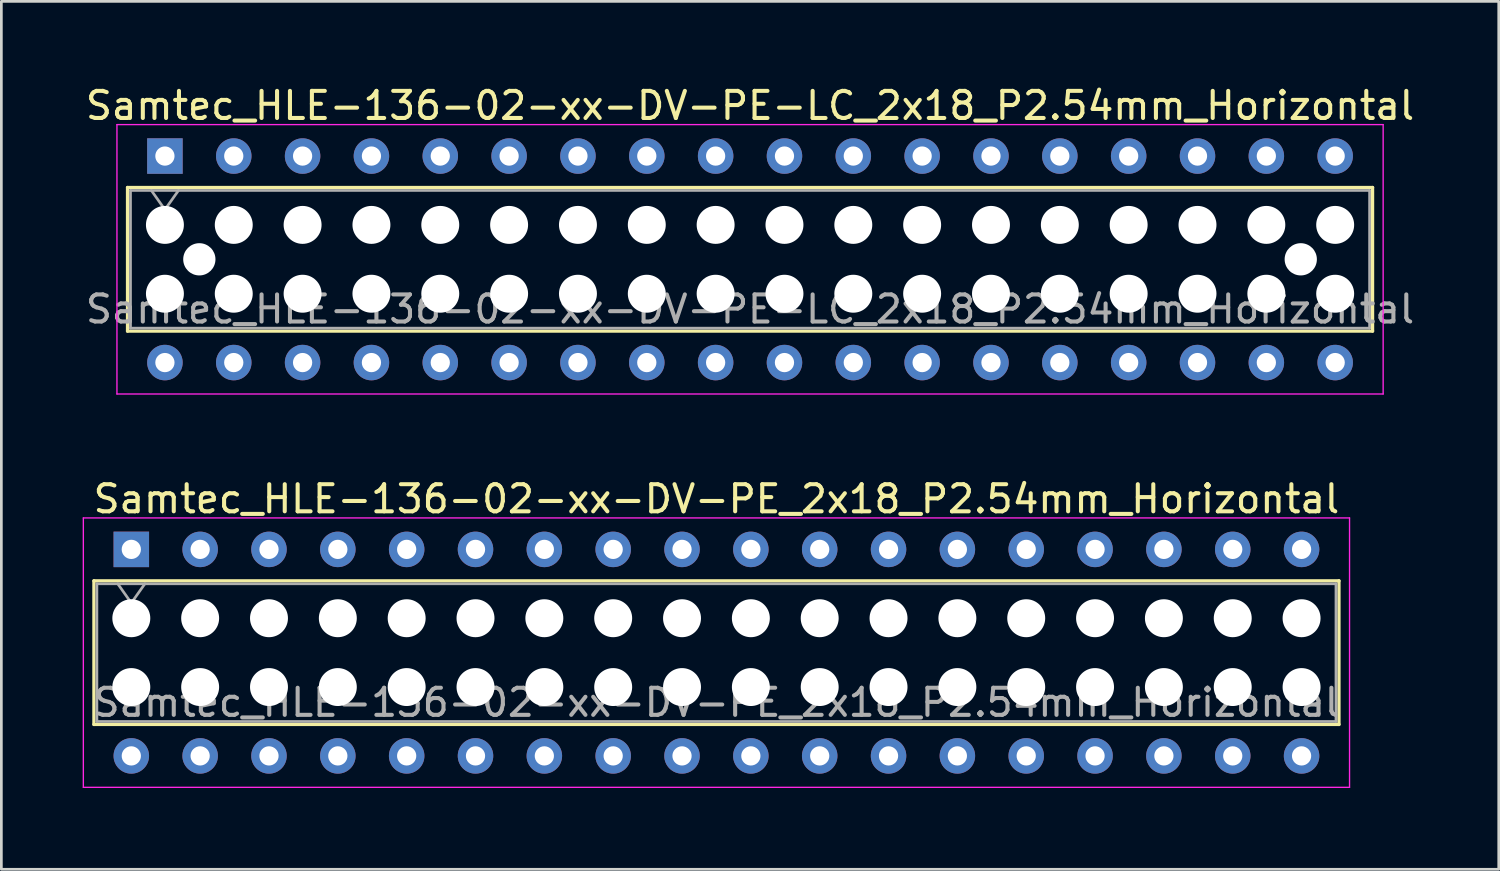
<source format=kicad_pcb>
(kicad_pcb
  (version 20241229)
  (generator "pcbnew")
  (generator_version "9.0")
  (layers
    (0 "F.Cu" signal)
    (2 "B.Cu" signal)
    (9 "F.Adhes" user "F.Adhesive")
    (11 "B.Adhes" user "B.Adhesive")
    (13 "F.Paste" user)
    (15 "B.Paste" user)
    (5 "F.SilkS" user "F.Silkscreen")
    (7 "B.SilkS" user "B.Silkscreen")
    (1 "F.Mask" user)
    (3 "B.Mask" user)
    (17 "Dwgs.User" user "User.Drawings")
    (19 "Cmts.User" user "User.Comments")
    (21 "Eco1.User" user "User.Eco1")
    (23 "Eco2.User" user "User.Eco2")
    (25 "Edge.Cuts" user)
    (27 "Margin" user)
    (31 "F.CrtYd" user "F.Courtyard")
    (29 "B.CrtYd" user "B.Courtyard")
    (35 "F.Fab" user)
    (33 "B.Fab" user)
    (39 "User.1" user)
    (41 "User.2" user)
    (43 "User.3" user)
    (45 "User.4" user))
  (footprint "Samtec_HLE-136-02-xx-DV-PE-LC_2x18_P2.54mm_Horizontal"
    (layer "F.Cu")
    (at 3.035 2.708)
    (property "Reference" "Samtec_HLE-136-02-xx-DV-PE-LC_2x18_P2.54mm_Horizontal" (at 21.59 -1.86 0) (layer "F.SilkS") (effects (font (size 1 1) (thickness 0.15))))
    (attr through_hole)
    (fp_line (start -1.38 1.16) (end 44.56 1.16) (stroke (width 0.12) (type solid)) (layer "F.SilkS"))
    (fp_line (start -1.38 6.46) (end -1.38 1.16) (stroke (width 0.12) (type solid)) (layer "F.SilkS"))
    (fp_line (start 44.56 1.16) (end 44.56 6.46) (stroke (width 0.12) (type solid)) (layer "F.SilkS"))
    (fp_line (start 44.56 6.46) (end -1.38 6.46) (stroke (width 0.12) (type solid)) (layer "F.SilkS"))
    (fp_line (start -1.77 -1.16) (end 44.95 -1.16) (stroke (width 0.05) (type solid)) (layer "F.CrtYd"))
    (fp_line (start -1.77 8.78) (end -1.77 -1.16) (stroke (width 0.05) (type solid)) (layer "F.CrtYd"))
    (fp_line (start 44.95 -1.16) (end 44.95 8.78) (stroke (width 0.05) (type solid)) (layer "F.CrtYd"))
    (fp_line (start 44.95 8.78) (end -1.77 8.78) (stroke (width 0.05) (type solid)) (layer "F.CrtYd"))
    (fp_line (start -1.27 1.27) (end 44.45 1.27) (stroke (width 0.1) (type solid)) (layer "F.Fab"))
    (fp_line (start -1.27 6.35) (end -1.27 1.27) (stroke (width 0.1) (type solid)) (layer "F.Fab"))
    (fp_line (start -0.5 1.27) (end 0 1.977) (stroke (width 0.1) (type solid)) (layer "F.Fab"))
    (fp_line (start 0 1.977) (end 0.5 1.27) (stroke (width 0.1) (type solid)) (layer "F.Fab"))
    (fp_line (start 44.45 1.27) (end 44.45 6.35) (stroke (width 0.1) (type solid)) (layer "F.Fab"))
    (fp_line (start 44.45 6.35) (end -1.27 6.35) (stroke (width 0.1) (type solid)) (layer "F.Fab"))
    (fp_text user "${REFERENCE}" (at 21.59 5.65 0) (layer "F.Fab") (effects (font (size 1 1) (thickness 0.15))))
    (pad "" np_thru_hole circle (at 0 2.54) (size 1.4 1.4) (drill 1.4) (layers "*.Cu" "*.Mask"))
    (pad "" np_thru_hole circle (at 0 5.08) (size 1.4 1.4) (drill 1.4) (layers "*.Cu" "*.Mask"))
    (pad "" np_thru_hole circle (at 1.27 3.81) (size 1.19 1.19) (drill 1.19) (layers "*.Cu" "*.Mask"))
    (pad "" np_thru_hole circle (at 2.54 2.54) (size 1.4 1.4) (drill 1.4) (layers "*.Cu" "*.Mask"))
    (pad "" np_thru_hole circle (at 2.54 5.08) (size 1.4 1.4) (drill 1.4) (layers "*.Cu" "*.Mask"))
    (pad "" np_thru_hole circle (at 5.08 2.54) (size 1.4 1.4) (drill 1.4) (layers "*.Cu" "*.Mask"))
    (pad "" np_thru_hole circle (at 5.08 5.08) (size 1.4 1.4) (drill 1.4) (layers "*.Cu" "*.Mask"))
    (pad "" np_thru_hole circle (at 7.62 2.54) (size 1.4 1.4) (drill 1.4) (layers "*.Cu" "*.Mask"))
    (pad "" np_thru_hole circle (at 7.62 5.08) (size 1.4 1.4) (drill 1.4) (layers "*.Cu" "*.Mask"))
    (pad "" np_thru_hole circle (at 10.16 2.54) (size 1.4 1.4) (drill 1.4) (layers "*.Cu" "*.Mask"))
    (pad "" np_thru_hole circle (at 10.16 5.08) (size 1.4 1.4) (drill 1.4) (layers "*.Cu" "*.Mask"))
    (pad "" np_thru_hole circle (at 12.7 2.54) (size 1.4 1.4) (drill 1.4) (layers "*.Cu" "*.Mask"))
    (pad "" np_thru_hole circle (at 12.7 5.08) (size 1.4 1.4) (drill 1.4) (layers "*.Cu" "*.Mask"))
    (pad "" np_thru_hole circle (at 15.24 2.54) (size 1.4 1.4) (drill 1.4) (layers "*.Cu" "*.Mask"))
    (pad "" np_thru_hole circle (at 15.24 5.08) (size 1.4 1.4) (drill 1.4) (layers "*.Cu" "*.Mask"))
    (pad "" np_thru_hole circle (at 17.78 2.54) (size 1.4 1.4) (drill 1.4) (layers "*.Cu" "*.Mask"))
    (pad "" np_thru_hole circle (at 17.78 5.08) (size 1.4 1.4) (drill 1.4) (layers "*.Cu" "*.Mask"))
    (pad "" np_thru_hole circle (at 20.32 2.54) (size 1.4 1.4) (drill 1.4) (layers "*.Cu" "*.Mask"))
    (pad "" np_thru_hole circle (at 20.32 5.08) (size 1.4 1.4) (drill 1.4) (layers "*.Cu" "*.Mask"))
    (pad "" np_thru_hole circle (at 22.86 2.54) (size 1.4 1.4) (drill 1.4) (layers "*.Cu" "*.Mask"))
    (pad "" np_thru_hole circle (at 22.86 5.08) (size 1.4 1.4) (drill 1.4) (layers "*.Cu" "*.Mask"))
    (pad "" np_thru_hole circle (at 25.4 2.54) (size 1.4 1.4) (drill 1.4) (layers "*.Cu" "*.Mask"))
    (pad "" np_thru_hole circle (at 25.4 5.08) (size 1.4 1.4) (drill 1.4) (layers "*.Cu" "*.Mask"))
    (pad "" np_thru_hole circle (at 27.94 2.54) (size 1.4 1.4) (drill 1.4) (layers "*.Cu" "*.Mask"))
    (pad "" np_thru_hole circle (at 27.94 5.08) (size 1.4 1.4) (drill 1.4) (layers "*.Cu" "*.Mask"))
    (pad "" np_thru_hole circle (at 30.48 2.54) (size 1.4 1.4) (drill 1.4) (layers "*.Cu" "*.Mask"))
    (pad "" np_thru_hole circle (at 30.48 5.08) (size 1.4 1.4) (drill 1.4) (layers "*.Cu" "*.Mask"))
    (pad "" np_thru_hole circle (at 33.02 2.54) (size 1.4 1.4) (drill 1.4) (layers "*.Cu" "*.Mask"))
    (pad "" np_thru_hole circle (at 33.02 5.08) (size 1.4 1.4) (drill 1.4) (layers "*.Cu" "*.Mask"))
    (pad "" np_thru_hole circle (at 35.56 2.54) (size 1.4 1.4) (drill 1.4) (layers "*.Cu" "*.Mask"))
    (pad "" np_thru_hole circle (at 35.56 5.08) (size 1.4 1.4) (drill 1.4) (layers "*.Cu" "*.Mask"))
    (pad "" np_thru_hole circle (at 38.1 2.54) (size 1.4 1.4) (drill 1.4) (layers "*.Cu" "*.Mask"))
    (pad "" np_thru_hole circle (at 38.1 5.08) (size 1.4 1.4) (drill 1.4) (layers "*.Cu" "*.Mask"))
    (pad "" np_thru_hole circle (at 40.64 2.54) (size 1.4 1.4) (drill 1.4) (layers "*.Cu" "*.Mask"))
    (pad "" np_thru_hole circle (at 40.64 5.08) (size 1.4 1.4) (drill 1.4) (layers "*.Cu" "*.Mask"))
    (pad "" np_thru_hole circle (at 41.91 3.81) (size 1.19 1.19) (drill 1.19) (layers "*.Cu" "*.Mask"))
    (pad "" np_thru_hole circle (at 43.18 2.54) (size 1.4 1.4) (drill 1.4) (layers "*.Cu" "*.Mask"))
    (pad "" np_thru_hole circle (at 43.18 5.08) (size 1.4 1.4) (drill 1.4) (layers "*.Cu" "*.Mask"))
    (pad "1" thru_hole rect (at 0 0) (size 1.31 1.31) (drill 0.71) (layers "*.Cu" "*.Mask"))
    (pad "2" thru_hole circle (at 0 7.62) (size 1.31 1.31) (drill 0.71) (layers "*.Cu" "*.Mask"))
    (pad "3" thru_hole circle (at 2.54 0) (size 1.31 1.31) (drill 0.71) (layers "*.Cu" "*.Mask"))
    (pad "4" thru_hole circle (at 2.54 7.62) (size 1.31 1.31) (drill 0.71) (layers "*.Cu" "*.Mask"))
    (pad "5" thru_hole circle (at 5.08 0) (size 1.31 1.31) (drill 0.71) (layers "*.Cu" "*.Mask"))
    (pad "6" thru_hole circle (at 5.08 7.62) (size 1.31 1.31) (drill 0.71) (layers "*.Cu" "*.Mask"))
    (pad "7" thru_hole circle (at 7.62 0) (size 1.31 1.31) (drill 0.71) (layers "*.Cu" "*.Mask"))
    (pad "8" thru_hole circle (at 7.62 7.62) (size 1.31 1.31) (drill 0.71) (layers "*.Cu" "*.Mask"))
    (pad "9" thru_hole circle (at 10.16 0) (size 1.31 1.31) (drill 0.71) (layers "*.Cu" "*.Mask"))
    (pad "10" thru_hole circle (at 10.16 7.62) (size 1.31 1.31) (drill 0.71) (layers "*.Cu" "*.Mask"))
    (pad "11" thru_hole circle (at 12.7 0) (size 1.31 1.31) (drill 0.71) (layers "*.Cu" "*.Mask"))
    (pad "12" thru_hole circle (at 12.7 7.62) (size 1.31 1.31) (drill 0.71) (layers "*.Cu" "*.Mask"))
    (pad "13" thru_hole circle (at 15.24 0) (size 1.31 1.31) (drill 0.71) (layers "*.Cu" "*.Mask"))
    (pad "14" thru_hole circle (at 15.24 7.62) (size 1.31 1.31) (drill 0.71) (layers "*.Cu" "*.Mask"))
    (pad "15" thru_hole circle (at 17.78 0) (size 1.31 1.31) (drill 0.71) (layers "*.Cu" "*.Mask"))
    (pad "16" thru_hole circle (at 17.78 7.62) (size 1.31 1.31) (drill 0.71) (layers "*.Cu" "*.Mask"))
    (pad "17" thru_hole circle (at 20.32 0) (size 1.31 1.31) (drill 0.71) (layers "*.Cu" "*.Mask"))
    (pad "18" thru_hole circle (at 20.32 7.62) (size 1.31 1.31) (drill 0.71) (layers "*.Cu" "*.Mask"))
    (pad "19" thru_hole circle (at 22.86 0) (size 1.31 1.31) (drill 0.71) (layers "*.Cu" "*.Mask"))
    (pad "20" thru_hole circle (at 22.86 7.62) (size 1.31 1.31) (drill 0.71) (layers "*.Cu" "*.Mask"))
    (pad "21" thru_hole circle (at 25.4 0) (size 1.31 1.31) (drill 0.71) (layers "*.Cu" "*.Mask"))
    (pad "22" thru_hole circle (at 25.4 7.62) (size 1.31 1.31) (drill 0.71) (layers "*.Cu" "*.Mask"))
    (pad "23" thru_hole circle (at 27.94 0) (size 1.31 1.31) (drill 0.71) (layers "*.Cu" "*.Mask"))
    (pad "24" thru_hole circle (at 27.94 7.62) (size 1.31 1.31) (drill 0.71) (layers "*.Cu" "*.Mask"))
    (pad "25" thru_hole circle (at 30.48 0) (size 1.31 1.31) (drill 0.71) (layers "*.Cu" "*.Mask"))
    (pad "26" thru_hole circle (at 30.48 7.62) (size 1.31 1.31) (drill 0.71) (layers "*.Cu" "*.Mask"))
    (pad "27" thru_hole circle (at 33.02 0) (size 1.31 1.31) (drill 0.71) (layers "*.Cu" "*.Mask"))
    (pad "28" thru_hole circle (at 33.02 7.62) (size 1.31 1.31) (drill 0.71) (layers "*.Cu" "*.Mask"))
    (pad "29" thru_hole circle (at 35.56 0) (size 1.31 1.31) (drill 0.71) (layers "*.Cu" "*.Mask"))
    (pad "30" thru_hole circle (at 35.56 7.62) (size 1.31 1.31) (drill 0.71) (layers "*.Cu" "*.Mask"))
    (pad "31" thru_hole circle (at 38.1 0) (size 1.31 1.31) (drill 0.71) (layers "*.Cu" "*.Mask"))
    (pad "32" thru_hole circle (at 38.1 7.62) (size 1.31 1.31) (drill 0.71) (layers "*.Cu" "*.Mask"))
    (pad "33" thru_hole circle (at 40.64 0) (size 1.31 1.31) (drill 0.71) (layers "*.Cu" "*.Mask"))
    (pad "34" thru_hole circle (at 40.64 7.62) (size 1.31 1.31) (drill 0.71) (layers "*.Cu" "*.Mask"))
    (pad "35" thru_hole circle (at 43.18 0) (size 1.31 1.31) (drill 0.71) (layers "*.Cu" "*.Mask"))
    (pad "36" thru_hole circle (at 43.18 7.62) (size 1.31 1.31) (drill 0.71) (layers "*.Cu" "*.Mask")))
  (footprint "Samtec_HLE-136-02-xx-DV-PE_2x18_P2.54mm_Horizontal"
    (layer "F.Cu")
    (at 1.795 17.221)
    (property "Reference" "Samtec_HLE-136-02-xx-DV-PE_2x18_P2.54mm_Horizontal" (at 21.59 -1.86 0) (layer "F.SilkS") (effects (font (size 1 1) (thickness 0.15))))
    (attr through_hole)
    (fp_line (start -1.38 1.16) (end 44.56 1.16) (stroke (width 0.12) (type solid)) (layer "F.SilkS"))
    (fp_line (start -1.38 6.46) (end -1.38 1.16) (stroke (width 0.12) (type solid)) (layer "F.SilkS"))
    (fp_line (start 44.56 1.16) (end 44.56 6.46) (stroke (width 0.12) (type solid)) (layer "F.SilkS"))
    (fp_line (start 44.56 6.46) (end -1.38 6.46) (stroke (width 0.12) (type solid)) (layer "F.SilkS"))
    (fp_line (start -1.77 -1.16) (end 44.95 -1.16) (stroke (width 0.05) (type solid)) (layer "F.CrtYd"))
    (fp_line (start -1.77 8.78) (end -1.77 -1.16) (stroke (width 0.05) (type solid)) (layer "F.CrtYd"))
    (fp_line (start 44.95 -1.16) (end 44.95 8.78) (stroke (width 0.05) (type solid)) (layer "F.CrtYd"))
    (fp_line (start 44.95 8.78) (end -1.77 8.78) (stroke (width 0.05) (type solid)) (layer "F.CrtYd"))
    (fp_line (start -1.27 1.27) (end 44.45 1.27) (stroke (width 0.1) (type solid)) (layer "F.Fab"))
    (fp_line (start -1.27 6.35) (end -1.27 1.27) (stroke (width 0.1) (type solid)) (layer "F.Fab"))
    (fp_line (start -0.5 1.27) (end 0 1.977) (stroke (width 0.1) (type solid)) (layer "F.Fab"))
    (fp_line (start 0 1.977) (end 0.5 1.27) (stroke (width 0.1) (type solid)) (layer "F.Fab"))
    (fp_line (start 44.45 1.27) (end 44.45 6.35) (stroke (width 0.1) (type solid)) (layer "F.Fab"))
    (fp_line (start 44.45 6.35) (end -1.27 6.35) (stroke (width 0.1) (type solid)) (layer "F.Fab"))
    (fp_text user "${REFERENCE}" (at 21.59 5.65 0) (layer "F.Fab") (effects (font (size 1 1) (thickness 0.15))))
    (pad "" np_thru_hole circle (at 0 2.54) (size 1.4 1.4) (drill 1.4) (layers "*.Cu" "*.Mask"))
    (pad "" np_thru_hole circle (at 0 5.08) (size 1.4 1.4) (drill 1.4) (layers "*.Cu" "*.Mask"))
    (pad "" np_thru_hole circle (at 2.54 2.54) (size 1.4 1.4) (drill 1.4) (layers "*.Cu" "*.Mask"))
    (pad "" np_thru_hole circle (at 2.54 5.08) (size 1.4 1.4) (drill 1.4) (layers "*.Cu" "*.Mask"))
    (pad "" np_thru_hole circle (at 5.08 2.54) (size 1.4 1.4) (drill 1.4) (layers "*.Cu" "*.Mask"))
    (pad "" np_thru_hole circle (at 5.08 5.08) (size 1.4 1.4) (drill 1.4) (layers "*.Cu" "*.Mask"))
    (pad "" np_thru_hole circle (at 7.62 2.54) (size 1.4 1.4) (drill 1.4) (layers "*.Cu" "*.Mask"))
    (pad "" np_thru_hole circle (at 7.62 5.08) (size 1.4 1.4) (drill 1.4) (layers "*.Cu" "*.Mask"))
    (pad "" np_thru_hole circle (at 10.16 2.54) (size 1.4 1.4) (drill 1.4) (layers "*.Cu" "*.Mask"))
    (pad "" np_thru_hole circle (at 10.16 5.08) (size 1.4 1.4) (drill 1.4) (layers "*.Cu" "*.Mask"))
    (pad "" np_thru_hole circle (at 12.7 2.54) (size 1.4 1.4) (drill 1.4) (layers "*.Cu" "*.Mask"))
    (pad "" np_thru_hole circle (at 12.7 5.08) (size 1.4 1.4) (drill 1.4) (layers "*.Cu" "*.Mask"))
    (pad "" np_thru_hole circle (at 15.24 2.54) (size 1.4 1.4) (drill 1.4) (layers "*.Cu" "*.Mask"))
    (pad "" np_thru_hole circle (at 15.24 5.08) (size 1.4 1.4) (drill 1.4) (layers "*.Cu" "*.Mask"))
    (pad "" np_thru_hole circle (at 17.78 2.54) (size 1.4 1.4) (drill 1.4) (layers "*.Cu" "*.Mask"))
    (pad "" np_thru_hole circle (at 17.78 5.08) (size 1.4 1.4) (drill 1.4) (layers "*.Cu" "*.Mask"))
    (pad "" np_thru_hole circle (at 20.32 2.54) (size 1.4 1.4) (drill 1.4) (layers "*.Cu" "*.Mask"))
    (pad "" np_thru_hole circle (at 20.32 5.08) (size 1.4 1.4) (drill 1.4) (layers "*.Cu" "*.Mask"))
    (pad "" np_thru_hole circle (at 22.86 2.54) (size 1.4 1.4) (drill 1.4) (layers "*.Cu" "*.Mask"))
    (pad "" np_thru_hole circle (at 22.86 5.08) (size 1.4 1.4) (drill 1.4) (layers "*.Cu" "*.Mask"))
    (pad "" np_thru_hole circle (at 25.4 2.54) (size 1.4 1.4) (drill 1.4) (layers "*.Cu" "*.Mask"))
    (pad "" np_thru_hole circle (at 25.4 5.08) (size 1.4 1.4) (drill 1.4) (layers "*.Cu" "*.Mask"))
    (pad "" np_thru_hole circle (at 27.94 2.54) (size 1.4 1.4) (drill 1.4) (layers "*.Cu" "*.Mask"))
    (pad "" np_thru_hole circle (at 27.94 5.08) (size 1.4 1.4) (drill 1.4) (layers "*.Cu" "*.Mask"))
    (pad "" np_thru_hole circle (at 30.48 2.54) (size 1.4 1.4) (drill 1.4) (layers "*.Cu" "*.Mask"))
    (pad "" np_thru_hole circle (at 30.48 5.08) (size 1.4 1.4) (drill 1.4) (layers "*.Cu" "*.Mask"))
    (pad "" np_thru_hole circle (at 33.02 2.54) (size 1.4 1.4) (drill 1.4) (layers "*.Cu" "*.Mask"))
    (pad "" np_thru_hole circle (at 33.02 5.08) (size 1.4 1.4) (drill 1.4) (layers "*.Cu" "*.Mask"))
    (pad "" np_thru_hole circle (at 35.56 2.54) (size 1.4 1.4) (drill 1.4) (layers "*.Cu" "*.Mask"))
    (pad "" np_thru_hole circle (at 35.56 5.08) (size 1.4 1.4) (drill 1.4) (layers "*.Cu" "*.Mask"))
    (pad "" np_thru_hole circle (at 38.1 2.54) (size 1.4 1.4) (drill 1.4) (layers "*.Cu" "*.Mask"))
    (pad "" np_thru_hole circle (at 38.1 5.08) (size 1.4 1.4) (drill 1.4) (layers "*.Cu" "*.Mask"))
    (pad "" np_thru_hole circle (at 40.64 2.54) (size 1.4 1.4) (drill 1.4) (layers "*.Cu" "*.Mask"))
    (pad "" np_thru_hole circle (at 40.64 5.08) (size 1.4 1.4) (drill 1.4) (layers "*.Cu" "*.Mask"))
    (pad "" np_thru_hole circle (at 43.18 2.54) (size 1.4 1.4) (drill 1.4) (layers "*.Cu" "*.Mask"))
    (pad "" np_thru_hole circle (at 43.18 5.08) (size 1.4 1.4) (drill 1.4) (layers "*.Cu" "*.Mask"))
    (pad "1" thru_hole rect (at 0 0) (size 1.31 1.31) (drill 0.71) (layers "*.Cu" "*.Mask"))
    (pad "2" thru_hole circle (at 0 7.62) (size 1.31 1.31) (drill 0.71) (layers "*.Cu" "*.Mask"))
    (pad "3" thru_hole circle (at 2.54 0) (size 1.31 1.31) (drill 0.71) (layers "*.Cu" "*.Mask"))
    (pad "4" thru_hole circle (at 2.54 7.62) (size 1.31 1.31) (drill 0.71) (layers "*.Cu" "*.Mask"))
    (pad "5" thru_hole circle (at 5.08 0) (size 1.31 1.31) (drill 0.71) (layers "*.Cu" "*.Mask"))
    (pad "6" thru_hole circle (at 5.08 7.62) (size 1.31 1.31) (drill 0.71) (layers "*.Cu" "*.Mask"))
    (pad "7" thru_hole circle (at 7.62 0) (size 1.31 1.31) (drill 0.71) (layers "*.Cu" "*.Mask"))
    (pad "8" thru_hole circle (at 7.62 7.62) (size 1.31 1.31) (drill 0.71) (layers "*.Cu" "*.Mask"))
    (pad "9" thru_hole circle (at 10.16 0) (size 1.31 1.31) (drill 0.71) (layers "*.Cu" "*.Mask"))
    (pad "10" thru_hole circle (at 10.16 7.62) (size 1.31 1.31) (drill 0.71) (layers "*.Cu" "*.Mask"))
    (pad "11" thru_hole circle (at 12.7 0) (size 1.31 1.31) (drill 0.71) (layers "*.Cu" "*.Mask"))
    (pad "12" thru_hole circle (at 12.7 7.62) (size 1.31 1.31) (drill 0.71) (layers "*.Cu" "*.Mask"))
    (pad "13" thru_hole circle (at 15.24 0) (size 1.31 1.31) (drill 0.71) (layers "*.Cu" "*.Mask"))
    (pad "14" thru_hole circle (at 15.24 7.62) (size 1.31 1.31) (drill 0.71) (layers "*.Cu" "*.Mask"))
    (pad "15" thru_hole circle (at 17.78 0) (size 1.31 1.31) (drill 0.71) (layers "*.Cu" "*.Mask"))
    (pad "16" thru_hole circle (at 17.78 7.62) (size 1.31 1.31) (drill 0.71) (layers "*.Cu" "*.Mask"))
    (pad "17" thru_hole circle (at 20.32 0) (size 1.31 1.31) (drill 0.71) (layers "*.Cu" "*.Mask"))
    (pad "18" thru_hole circle (at 20.32 7.62) (size 1.31 1.31) (drill 0.71) (layers "*.Cu" "*.Mask"))
    (pad "19" thru_hole circle (at 22.86 0) (size 1.31 1.31) (drill 0.71) (layers "*.Cu" "*.Mask"))
    (pad "20" thru_hole circle (at 22.86 7.62) (size 1.31 1.31) (drill 0.71) (layers "*.Cu" "*.Mask"))
    (pad "21" thru_hole circle (at 25.4 0) (size 1.31 1.31) (drill 0.71) (layers "*.Cu" "*.Mask"))
    (pad "22" thru_hole circle (at 25.4 7.62) (size 1.31 1.31) (drill 0.71) (layers "*.Cu" "*.Mask"))
    (pad "23" thru_hole circle (at 27.94 0) (size 1.31 1.31) (drill 0.71) (layers "*.Cu" "*.Mask"))
    (pad "24" thru_hole circle (at 27.94 7.62) (size 1.31 1.31) (drill 0.71) (layers "*.Cu" "*.Mask"))
    (pad "25" thru_hole circle (at 30.48 0) (size 1.31 1.31) (drill 0.71) (layers "*.Cu" "*.Mask"))
    (pad "26" thru_hole circle (at 30.48 7.62) (size 1.31 1.31) (drill 0.71) (layers "*.Cu" "*.Mask"))
    (pad "27" thru_hole circle (at 33.02 0) (size 1.31 1.31) (drill 0.71) (layers "*.Cu" "*.Mask"))
    (pad "28" thru_hole circle (at 33.02 7.62) (size 1.31 1.31) (drill 0.71) (layers "*.Cu" "*.Mask"))
    (pad "29" thru_hole circle (at 35.56 0) (size 1.31 1.31) (drill 0.71) (layers "*.Cu" "*.Mask"))
    (pad "30" thru_hole circle (at 35.56 7.62) (size 1.31 1.31) (drill 0.71) (layers "*.Cu" "*.Mask"))
    (pad "31" thru_hole circle (at 38.1 0) (size 1.31 1.31) (drill 0.71) (layers "*.Cu" "*.Mask"))
    (pad "32" thru_hole circle (at 38.1 7.62) (size 1.31 1.31) (drill 0.71) (layers "*.Cu" "*.Mask"))
    (pad "33" thru_hole circle (at 40.64 0) (size 1.31 1.31) (drill 0.71) (layers "*.Cu" "*.Mask"))
    (pad "34" thru_hole circle (at 40.64 7.62) (size 1.31 1.31) (drill 0.71) (layers "*.Cu" "*.Mask"))
    (pad "35" thru_hole circle (at 43.18 0) (size 1.31 1.31) (drill 0.71) (layers "*.Cu" "*.Mask"))
    (pad "36" thru_hole circle (at 43.18 7.62) (size 1.31 1.31) (drill 0.71) (layers "*.Cu" "*.Mask")))
  (gr_rect
    (start -3 -3)
    (end 52.25 29.026)
    (stroke (width 0.1) (type default))
    (fill no)
    (layer "Edge.Cuts")))
</source>
